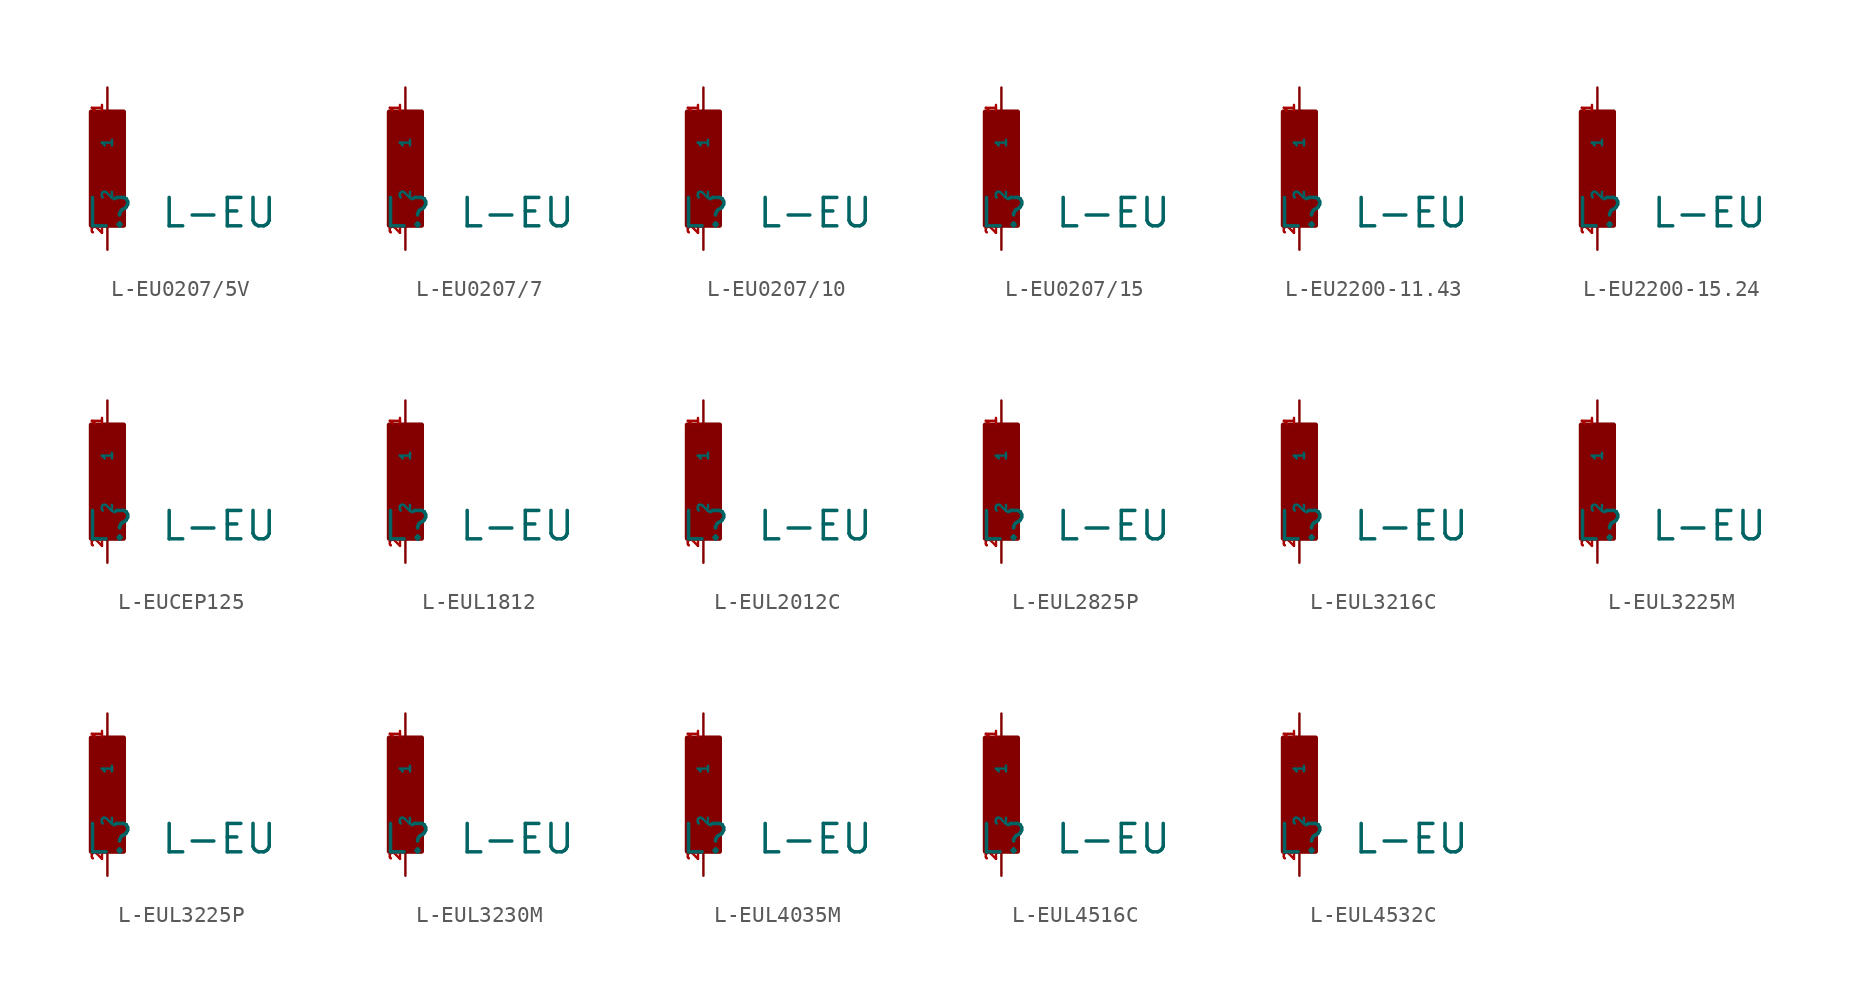
<source format=kicad_sym>
(kicad_symbol_lib
  (version 20220914)
  (generator Eagle2Kicad)
  (symbol "L-EU0207/5V"
    (property "Reference" "L"
      (at -1.499 -3.81 0)
      (effects (font (size 1.778 1.778) (thickness 0.22)) (justify left bottom)))
    (property "Value" "L-EU"
      (at 3.302 -3.81 0)
      (effects (font (size 1.778 1.778) (thickness 0.22)) (justify left bottom)))
    (rectangle
      (start -1.016 -3.556)
      (end 1.016 3.556)
      (stroke (width 0.3) (type default))
      (fill (type outline)))
    (pin passive line
      (at 0 -5.08 90)
      (length 2.54)
      (name "2" (effects (font (size 0.635 0.635) (thickness 0.08)) (justify left bottom)))
      (number "2" (effects (font (size 0.635 0.635) (thickness 0.08)) (justify left bottom))))
    (pin passive line
      (at 0 5.08 270)
      (length 2.54)
      (name "1" (effects (font (size 0.635 0.635) (thickness 0.08)) (justify left bottom)))
      (number "1" (effects (font (size 0.635 0.635) (thickness 0.08)) (justify left bottom)))))
  (symbol "L-EU0207/7"
    (property "Reference" "L"
      (at -1.499 -3.81 0)
      (effects (font (size 1.778 1.778) (thickness 0.22)) (justify left bottom)))
    (property "Value" "L-EU"
      (at 3.302 -3.81 0)
      (effects (font (size 1.778 1.778) (thickness 0.22)) (justify left bottom)))
    (rectangle
      (start -1.016 -3.556)
      (end 1.016 3.556)
      (stroke (width 0.3) (type default))
      (fill (type outline)))
    (pin passive line
      (at 0 -5.08 90)
      (length 2.54)
      (name "2" (effects (font (size 0.635 0.635) (thickness 0.08)) (justify left bottom)))
      (number "2" (effects (font (size 0.635 0.635) (thickness 0.08)) (justify left bottom))))
    (pin passive line
      (at 0 5.08 270)
      (length 2.54)
      (name "1" (effects (font (size 0.635 0.635) (thickness 0.08)) (justify left bottom)))
      (number "1" (effects (font (size 0.635 0.635) (thickness 0.08)) (justify left bottom)))))
  (symbol "L-EU0207/10"
    (property "Reference" "L"
      (at -1.499 -3.81 0)
      (effects (font (size 1.778 1.778) (thickness 0.22)) (justify left bottom)))
    (property "Value" "L-EU"
      (at 3.302 -3.81 0)
      (effects (font (size 1.778 1.778) (thickness 0.22)) (justify left bottom)))
    (rectangle
      (start -1.016 -3.556)
      (end 1.016 3.556)
      (stroke (width 0.3) (type default))
      (fill (type outline)))
    (pin passive line
      (at 0 -5.08 90)
      (length 2.54)
      (name "2" (effects (font (size 0.635 0.635) (thickness 0.08)) (justify left bottom)))
      (number "2" (effects (font (size 0.635 0.635) (thickness 0.08)) (justify left bottom))))
    (pin passive line
      (at 0 5.08 270)
      (length 2.54)
      (name "1" (effects (font (size 0.635 0.635) (thickness 0.08)) (justify left bottom)))
      (number "1" (effects (font (size 0.635 0.635) (thickness 0.08)) (justify left bottom)))))
  (symbol "L-EU0207/15"
    (property "Reference" "L"
      (at -1.499 -3.81 0)
      (effects (font (size 1.778 1.778) (thickness 0.22)) (justify left bottom)))
    (property "Value" "L-EU"
      (at 3.302 -3.81 0)
      (effects (font (size 1.778 1.778) (thickness 0.22)) (justify left bottom)))
    (rectangle
      (start -1.016 -3.556)
      (end 1.016 3.556)
      (stroke (width 0.3) (type default))
      (fill (type outline)))
    (pin passive line
      (at 0 -5.08 90)
      (length 2.54)
      (name "2" (effects (font (size 0.635 0.635) (thickness 0.08)) (justify left bottom)))
      (number "2" (effects (font (size 0.635 0.635) (thickness 0.08)) (justify left bottom))))
    (pin passive line
      (at 0 5.08 270)
      (length 2.54)
      (name "1" (effects (font (size 0.635 0.635) (thickness 0.08)) (justify left bottom)))
      (number "1" (effects (font (size 0.635 0.635) (thickness 0.08)) (justify left bottom)))))
  (symbol "L-EU2200-11.43"
    (property "Reference" "L"
      (at -1.499 -3.81 0)
      (effects (font (size 1.778 1.778) (thickness 0.22)) (justify left bottom)))
    (property "Value" "L-EU"
      (at 3.302 -3.81 0)
      (effects (font (size 1.778 1.778) (thickness 0.22)) (justify left bottom)))
    (rectangle
      (start -1.016 -3.556)
      (end 1.016 3.556)
      (stroke (width 0.3) (type default))
      (fill (type outline)))
    (pin passive line
      (at 0 -5.08 90)
      (length 2.54)
      (name "2" (effects (font (size 0.635 0.635) (thickness 0.08)) (justify left bottom)))
      (number "2" (effects (font (size 0.635 0.635) (thickness 0.08)) (justify left bottom))))
    (pin passive line
      (at 0 5.08 270)
      (length 2.54)
      (name "1" (effects (font (size 0.635 0.635) (thickness 0.08)) (justify left bottom)))
      (number "1" (effects (font (size 0.635 0.635) (thickness 0.08)) (justify left bottom)))))
  (symbol "L-EU2200-15.24"
    (property "Reference" "L"
      (at -1.499 -3.81 0)
      (effects (font (size 1.778 1.778) (thickness 0.22)) (justify left bottom)))
    (property "Value" "L-EU"
      (at 3.302 -3.81 0)
      (effects (font (size 1.778 1.778) (thickness 0.22)) (justify left bottom)))
    (rectangle
      (start -1.016 -3.556)
      (end 1.016 3.556)
      (stroke (width 0.3) (type default))
      (fill (type outline)))
    (pin passive line
      (at 0 -5.08 90)
      (length 2.54)
      (name "2" (effects (font (size 0.635 0.635) (thickness 0.08)) (justify left bottom)))
      (number "2" (effects (font (size 0.635 0.635) (thickness 0.08)) (justify left bottom))))
    (pin passive line
      (at 0 5.08 270)
      (length 2.54)
      (name "1" (effects (font (size 0.635 0.635) (thickness 0.08)) (justify left bottom)))
      (number "1" (effects (font (size 0.635 0.635) (thickness 0.08)) (justify left bottom)))))
  (symbol "L-EUCEP125"
    (property "Reference" "L"
      (at -1.499 -3.81 0)
      (effects (font (size 1.778 1.778) (thickness 0.22)) (justify left bottom)))
    (property "Value" "L-EU"
      (at 3.302 -3.81 0)
      (effects (font (size 1.778 1.778) (thickness 0.22)) (justify left bottom)))
    (rectangle
      (start -1.016 -3.556)
      (end 1.016 3.556)
      (stroke (width 0.3) (type default))
      (fill (type outline)))
    (pin passive line
      (at 0 -5.08 90)
      (length 2.54)
      (name "2" (effects (font (size 0.635 0.635) (thickness 0.08)) (justify left bottom)))
      (number "2" (effects (font (size 0.635 0.635) (thickness 0.08)) (justify left bottom))))
    (pin passive line
      (at 0 5.08 270)
      (length 2.54)
      (name "1" (effects (font (size 0.635 0.635) (thickness 0.08)) (justify left bottom)))
      (number "1" (effects (font (size 0.635 0.635) (thickness 0.08)) (justify left bottom)))))
  (symbol "L-EUL1812"
    (property "Reference" "L"
      (at -1.499 -3.81 0)
      (effects (font (size 1.778 1.778) (thickness 0.22)) (justify left bottom)))
    (property "Value" "L-EU"
      (at 3.302 -3.81 0)
      (effects (font (size 1.778 1.778) (thickness 0.22)) (justify left bottom)))
    (rectangle
      (start -1.016 -3.556)
      (end 1.016 3.556)
      (stroke (width 0.3) (type default))
      (fill (type outline)))
    (pin passive line
      (at 0 -5.08 90)
      (length 2.54)
      (name "2" (effects (font (size 0.635 0.635) (thickness 0.08)) (justify left bottom)))
      (number "2" (effects (font (size 0.635 0.635) (thickness 0.08)) (justify left bottom))))
    (pin passive line
      (at 0 5.08 270)
      (length 2.54)
      (name "1" (effects (font (size 0.635 0.635) (thickness 0.08)) (justify left bottom)))
      (number "1" (effects (font (size 0.635 0.635) (thickness 0.08)) (justify left bottom)))))
  (symbol "L-EUL2012C"
    (property "Reference" "L"
      (at -1.499 -3.81 0)
      (effects (font (size 1.778 1.778) (thickness 0.22)) (justify left bottom)))
    (property "Value" "L-EU"
      (at 3.302 -3.81 0)
      (effects (font (size 1.778 1.778) (thickness 0.22)) (justify left bottom)))
    (rectangle
      (start -1.016 -3.556)
      (end 1.016 3.556)
      (stroke (width 0.3) (type default))
      (fill (type outline)))
    (pin passive line
      (at 0 -5.08 90)
      (length 2.54)
      (name "2" (effects (font (size 0.635 0.635) (thickness 0.08)) (justify left bottom)))
      (number "2" (effects (font (size 0.635 0.635) (thickness 0.08)) (justify left bottom))))
    (pin passive line
      (at 0 5.08 270)
      (length 2.54)
      (name "1" (effects (font (size 0.635 0.635) (thickness 0.08)) (justify left bottom)))
      (number "1" (effects (font (size 0.635 0.635) (thickness 0.08)) (justify left bottom)))))
  (symbol "L-EUL2825P"
    (property "Reference" "L"
      (at -1.499 -3.81 0)
      (effects (font (size 1.778 1.778) (thickness 0.22)) (justify left bottom)))
    (property "Value" "L-EU"
      (at 3.302 -3.81 0)
      (effects (font (size 1.778 1.778) (thickness 0.22)) (justify left bottom)))
    (rectangle
      (start -1.016 -3.556)
      (end 1.016 3.556)
      (stroke (width 0.3) (type default))
      (fill (type outline)))
    (pin passive line
      (at 0 -5.08 90)
      (length 2.54)
      (name "2" (effects (font (size 0.635 0.635) (thickness 0.08)) (justify left bottom)))
      (number "2" (effects (font (size 0.635 0.635) (thickness 0.08)) (justify left bottom))))
    (pin passive line
      (at 0 5.08 270)
      (length 2.54)
      (name "1" (effects (font (size 0.635 0.635) (thickness 0.08)) (justify left bottom)))
      (number "1" (effects (font (size 0.635 0.635) (thickness 0.08)) (justify left bottom)))))
  (symbol "L-EUL3216C"
    (property "Reference" "L"
      (at -1.499 -3.81 0)
      (effects (font (size 1.778 1.778) (thickness 0.22)) (justify left bottom)))
    (property "Value" "L-EU"
      (at 3.302 -3.81 0)
      (effects (font (size 1.778 1.778) (thickness 0.22)) (justify left bottom)))
    (rectangle
      (start -1.016 -3.556)
      (end 1.016 3.556)
      (stroke (width 0.3) (type default))
      (fill (type outline)))
    (pin passive line
      (at 0 -5.08 90)
      (length 2.54)
      (name "2" (effects (font (size 0.635 0.635) (thickness 0.08)) (justify left bottom)))
      (number "2" (effects (font (size 0.635 0.635) (thickness 0.08)) (justify left bottom))))
    (pin passive line
      (at 0 5.08 270)
      (length 2.54)
      (name "1" (effects (font (size 0.635 0.635) (thickness 0.08)) (justify left bottom)))
      (number "1" (effects (font (size 0.635 0.635) (thickness 0.08)) (justify left bottom)))))
  (symbol "L-EUL3225M"
    (property "Reference" "L"
      (at -1.499 -3.81 0)
      (effects (font (size 1.778 1.778) (thickness 0.22)) (justify left bottom)))
    (property "Value" "L-EU"
      (at 3.302 -3.81 0)
      (effects (font (size 1.778 1.778) (thickness 0.22)) (justify left bottom)))
    (rectangle
      (start -1.016 -3.556)
      (end 1.016 3.556)
      (stroke (width 0.3) (type default))
      (fill (type outline)))
    (pin passive line
      (at 0 -5.08 90)
      (length 2.54)
      (name "2" (effects (font (size 0.635 0.635) (thickness 0.08)) (justify left bottom)))
      (number "2" (effects (font (size 0.635 0.635) (thickness 0.08)) (justify left bottom))))
    (pin passive line
      (at 0 5.08 270)
      (length 2.54)
      (name "1" (effects (font (size 0.635 0.635) (thickness 0.08)) (justify left bottom)))
      (number "1" (effects (font (size 0.635 0.635) (thickness 0.08)) (justify left bottom)))))
  (symbol "L-EUL3225P"
    (property "Reference" "L"
      (at -1.499 -3.81 0)
      (effects (font (size 1.778 1.778) (thickness 0.22)) (justify left bottom)))
    (property "Value" "L-EU"
      (at 3.302 -3.81 0)
      (effects (font (size 1.778 1.778) (thickness 0.22)) (justify left bottom)))
    (rectangle
      (start -1.016 -3.556)
      (end 1.016 3.556)
      (stroke (width 0.3) (type default))
      (fill (type outline)))
    (pin passive line
      (at 0 -5.08 90)
      (length 2.54)
      (name "2" (effects (font (size 0.635 0.635) (thickness 0.08)) (justify left bottom)))
      (number "2" (effects (font (size 0.635 0.635) (thickness 0.08)) (justify left bottom))))
    (pin passive line
      (at 0 5.08 270)
      (length 2.54)
      (name "1" (effects (font (size 0.635 0.635) (thickness 0.08)) (justify left bottom)))
      (number "1" (effects (font (size 0.635 0.635) (thickness 0.08)) (justify left bottom)))))
  (symbol "L-EUL3230M"
    (property "Reference" "L"
      (at -1.499 -3.81 0)
      (effects (font (size 1.778 1.778) (thickness 0.22)) (justify left bottom)))
    (property "Value" "L-EU"
      (at 3.302 -3.81 0)
      (effects (font (size 1.778 1.778) (thickness 0.22)) (justify left bottom)))
    (rectangle
      (start -1.016 -3.556)
      (end 1.016 3.556)
      (stroke (width 0.3) (type default))
      (fill (type outline)))
    (pin passive line
      (at 0 -5.08 90)
      (length 2.54)
      (name "2" (effects (font (size 0.635 0.635) (thickness 0.08)) (justify left bottom)))
      (number "2" (effects (font (size 0.635 0.635) (thickness 0.08)) (justify left bottom))))
    (pin passive line
      (at 0 5.08 270)
      (length 2.54)
      (name "1" (effects (font (size 0.635 0.635) (thickness 0.08)) (justify left bottom)))
      (number "1" (effects (font (size 0.635 0.635) (thickness 0.08)) (justify left bottom)))))
  (symbol "L-EUL4035M"
    (property "Reference" "L"
      (at -1.499 -3.81 0)
      (effects (font (size 1.778 1.778) (thickness 0.22)) (justify left bottom)))
    (property "Value" "L-EU"
      (at 3.302 -3.81 0)
      (effects (font (size 1.778 1.778) (thickness 0.22)) (justify left bottom)))
    (rectangle
      (start -1.016 -3.556)
      (end 1.016 3.556)
      (stroke (width 0.3) (type default))
      (fill (type outline)))
    (pin passive line
      (at 0 -5.08 90)
      (length 2.54)
      (name "2" (effects (font (size 0.635 0.635) (thickness 0.08)) (justify left bottom)))
      (number "2" (effects (font (size 0.635 0.635) (thickness 0.08)) (justify left bottom))))
    (pin passive line
      (at 0 5.08 270)
      (length 2.54)
      (name "1" (effects (font (size 0.635 0.635) (thickness 0.08)) (justify left bottom)))
      (number "1" (effects (font (size 0.635 0.635) (thickness 0.08)) (justify left bottom)))))
  (symbol "L-EUL4516C"
    (property "Reference" "L"
      (at -1.499 -3.81 0)
      (effects (font (size 1.778 1.778) (thickness 0.22)) (justify left bottom)))
    (property "Value" "L-EU"
      (at 3.302 -3.81 0)
      (effects (font (size 1.778 1.778) (thickness 0.22)) (justify left bottom)))
    (rectangle
      (start -1.016 -3.556)
      (end 1.016 3.556)
      (stroke (width 0.3) (type default))
      (fill (type outline)))
    (pin passive line
      (at 0 -5.08 90)
      (length 2.54)
      (name "2" (effects (font (size 0.635 0.635) (thickness 0.08)) (justify left bottom)))
      (number "2" (effects (font (size 0.635 0.635) (thickness 0.08)) (justify left bottom))))
    (pin passive line
      (at 0 5.08 270)
      (length 2.54)
      (name "1" (effects (font (size 0.635 0.635) (thickness 0.08)) (justify left bottom)))
      (number "1" (effects (font (size 0.635 0.635) (thickness 0.08)) (justify left bottom)))))
  (symbol "L-EUL4532C"
    (property "Reference" "L"
      (at -1.499 -3.81 0)
      (effects (font (size 1.778 1.778) (thickness 0.22)) (justify left bottom)))
    (property "Value" "L-EU"
      (at 3.302 -3.81 0)
      (effects (font (size 1.778 1.778) (thickness 0.22)) (justify left bottom)))
    (rectangle
      (start -1.016 -3.556)
      (end 1.016 3.556)
      (stroke (width 0.3) (type default))
      (fill (type outline)))
    (pin passive line
      (at 0 -5.08 90)
      (length 2.54)
      (name "2" (effects (font (size 0.635 0.635) (thickness 0.08)) (justify left bottom)))
      (number "2" (effects (font (size 0.635 0.635) (thickness 0.08)) (justify left bottom))))
    (pin passive line
      (at 0 5.08 270)
      (length 2.54)
      (name "1" (effects (font (size 0.635 0.635) (thickness 0.08)) (justify left bottom)))
      (number "1" (effects (font (size 0.635 0.635) (thickness 0.08)) (justify left bottom))))))
</source>
